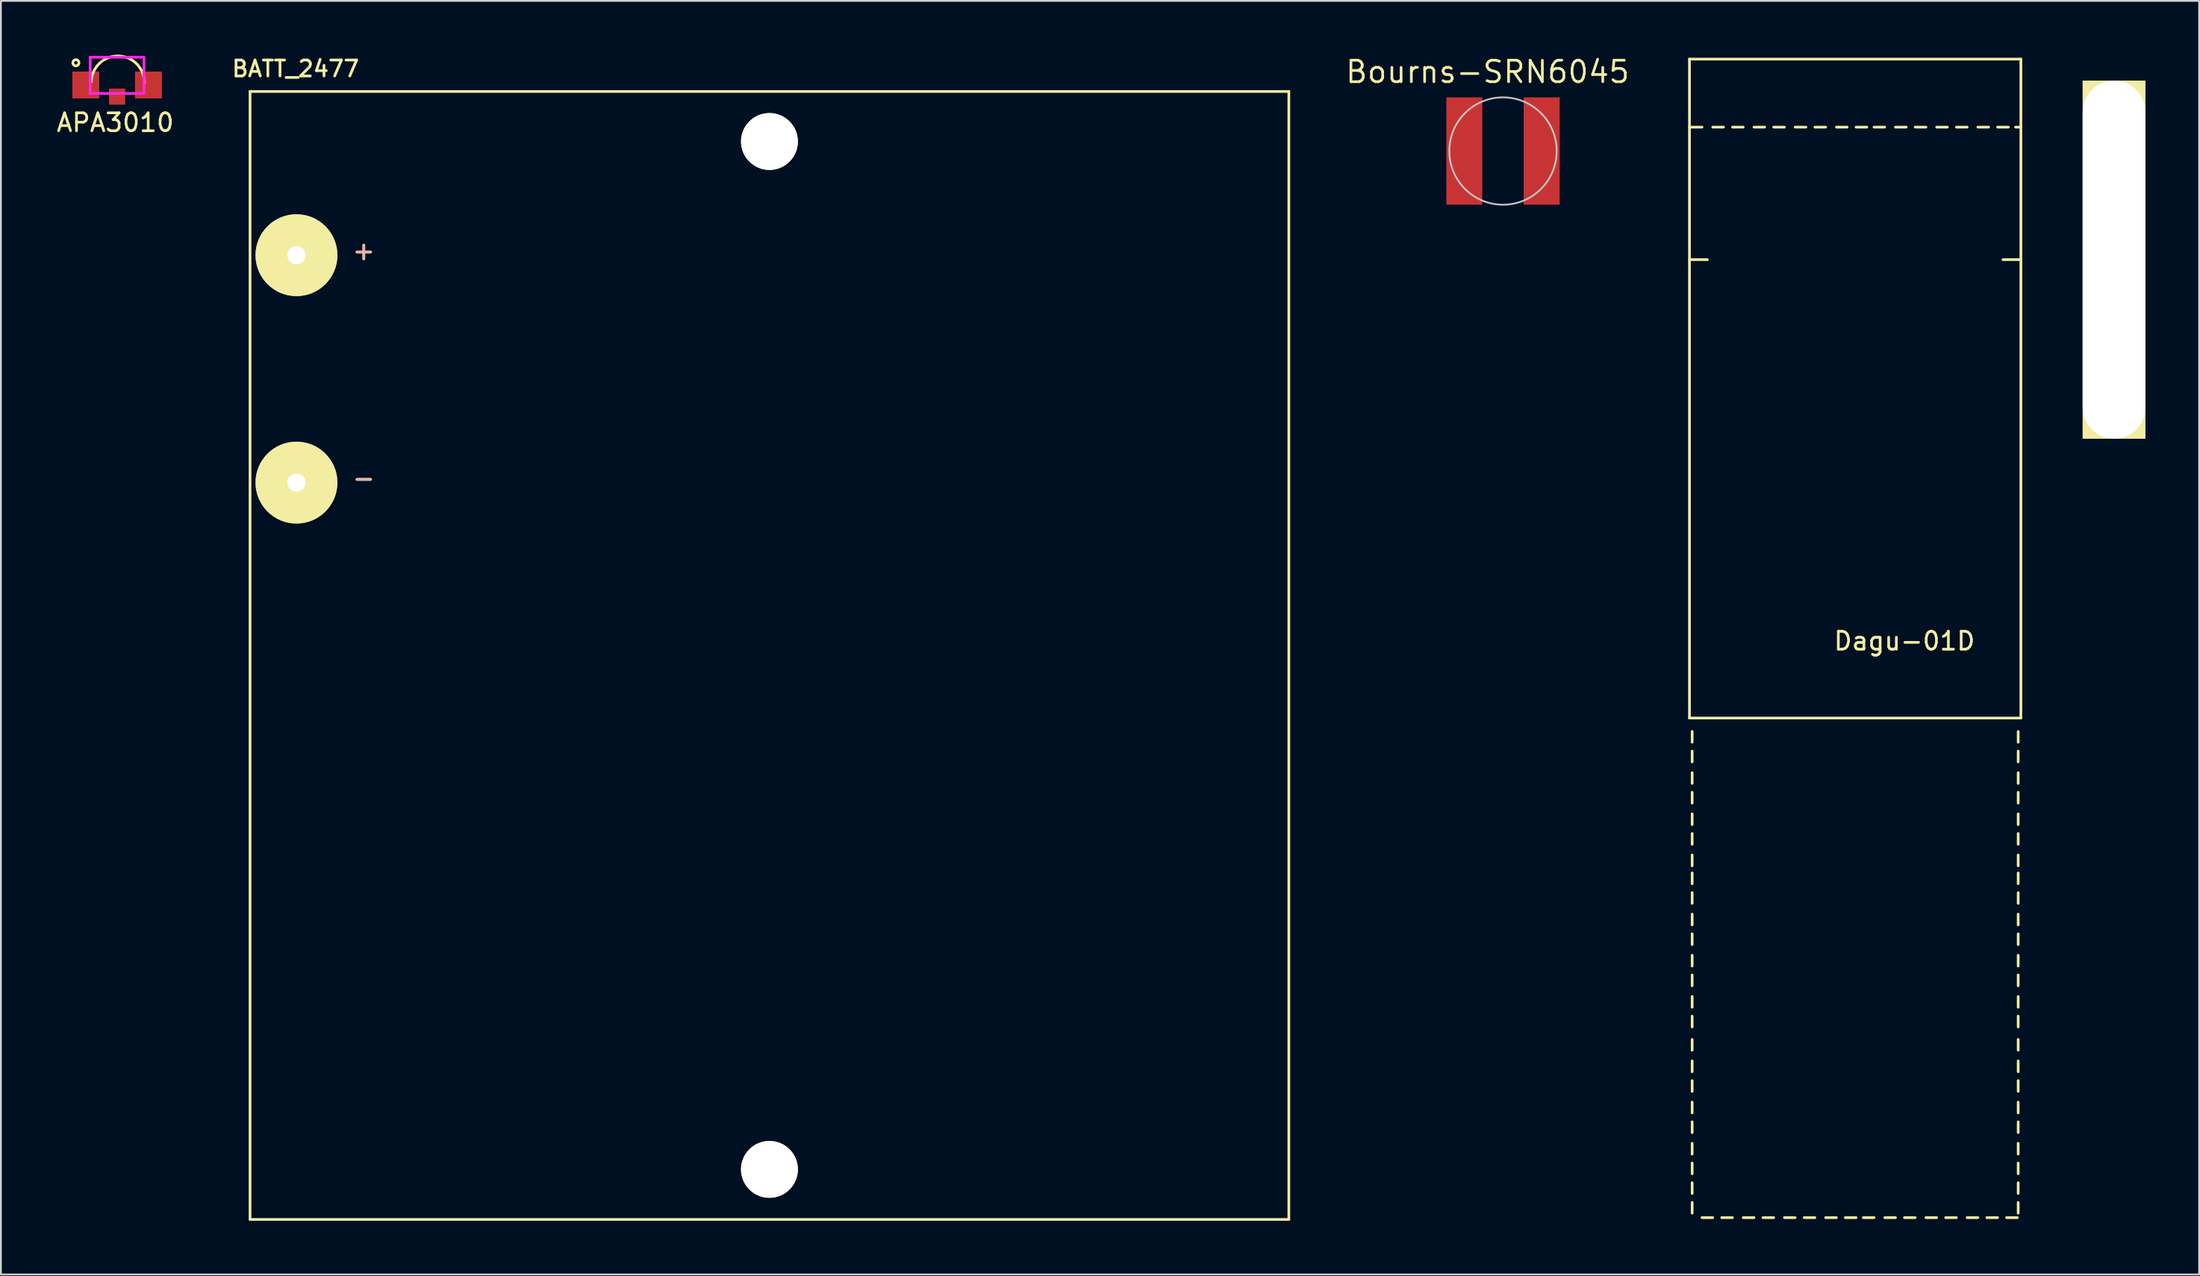
<source format=kicad_pcb>
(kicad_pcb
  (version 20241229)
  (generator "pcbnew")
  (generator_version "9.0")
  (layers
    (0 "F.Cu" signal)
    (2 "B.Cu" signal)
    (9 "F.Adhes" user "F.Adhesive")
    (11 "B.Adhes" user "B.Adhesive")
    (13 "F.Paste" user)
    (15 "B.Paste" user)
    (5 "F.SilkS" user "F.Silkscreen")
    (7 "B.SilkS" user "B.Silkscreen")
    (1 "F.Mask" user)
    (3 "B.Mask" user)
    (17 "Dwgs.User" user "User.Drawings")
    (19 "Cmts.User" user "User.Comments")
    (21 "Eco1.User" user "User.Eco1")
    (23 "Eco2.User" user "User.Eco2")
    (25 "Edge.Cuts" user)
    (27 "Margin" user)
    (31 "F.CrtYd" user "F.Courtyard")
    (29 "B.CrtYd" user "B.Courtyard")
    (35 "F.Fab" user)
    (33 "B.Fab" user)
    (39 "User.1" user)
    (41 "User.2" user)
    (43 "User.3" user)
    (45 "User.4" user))
  (footprint "APA3010"
    (layer "F.Cu")
    (at 0.987 0.946)
    (property "Reference" "APA3010" (at 2.4 2.85 0) (layer "F.SilkS") (effects (font (size 1 1) (thickness 0.15))))
    (attr through_hole)
    (fp_arc (start 1.06 0.57) (mid 2.58 -0.87) (end 4.02 0.65) (stroke (width 0.15) (type solid)) (layer "F.SilkS"))
    (fp_circle (center 0.2 -0.49) (end 0.36 -0.43) (stroke (width 0.15) (type solid)) (fill no) (layer "F.SilkS"))
    (fp_line (start 0.99 -0.8) (end 3.99 -0.8) (stroke (width 0.15) (type solid)) (layer "F.CrtYd"))
    (fp_line (start 0.99 1.22) (end 3.99 1.22) (stroke (width 0.15) (type solid)) (layer "F.CrtYd"))
    (fp_line (start 1 -0.77) (end 1 1.23) (stroke (width 0.15) (type solid)) (layer "F.CrtYd"))
    (fp_line (start 4 -0.79) (end 4 1.21) (stroke (width 0.15) (type solid)) (layer "F.CrtYd"))
    (pad "1" smd rect (at 0.75 0.75) (size 1.5 1.5) (layers "F.Cu" "F.Mask" "F.Paste"))
    (pad "2" smd rect (at 4.25 0.75) (size 1.5 1.5) (layers "F.Cu" "F.Mask" "F.Paste"))
    (pad "3" smd rect (at 2.5 1.4) (size 0.9 0.9) (layers "F.Cu" "F.Mask" "F.Paste")))
  (footprint "BATT_2477"
    (layer "F.Cu")
    (at 10.908 2.058)
    (property "Reference" "BATT_2477" (at 2.54 -1.27 0) (layer "F.SilkS") (effects (font (size 0.889 0.889) (thickness 0.152))))
    (attr through_hole)
    (fp_line (start 0 0) (end 0 62.992) (stroke (width 0.15) (type solid)) (layer "F.SilkS"))
    (fp_line (start 0 0) (end 57.988 0) (stroke (width 0.15) (type solid)) (layer "F.SilkS"))
    (fp_line (start 0 62.992) (end 57.988 62.992) (stroke (width 0.15) (type solid)) (layer "F.SilkS"))
    (fp_line (start 57.988 0) (end 57.988 62.992) (stroke (width 0.15) (type solid)) (layer "F.SilkS"))
    (fp_text user "-" (at 6.35 21.59 0) (layer "F.SilkS") (effects (font (size 1 1) (thickness 0.15))))
    (fp_text user "+" (at 6.35 8.89 0) (layer "F.SilkS") (effects (font (size 1 1) (thickness 0.15))))
    (fp_text user "+" (at 6.35 8.89 0) (layer "B.SilkS") (effects (font (size 1 1) (thickness 0.15)) (justify mirror)))
    (fp_text user "-" (at 6.35 21.59 0) (layer "B.SilkS") (effects (font (size 1 1) (thickness 0.15)) (justify mirror)))
    (pad "" np_thru_hole circle (at 28.994 2.794) (size 3.175 3.175) (drill 3.175) (layers "*.Cu" "*.Mask" "F.SilkS"))
    (pad "" np_thru_hole circle (at 28.994 60.198) (size 3.175 3.175) (drill 3.175) (layers "*.Cu" "*.Mask" "F.SilkS"))
    (pad "1" thru_hole circle (at 2.591 9.144) (size 4.572 4.572) (drill 1.016) (layers "*.Cu" "*.Mask" "F.SilkS"))
    (pad "2" thru_hole circle (at 2.591 21.844) (size 4.572 4.572) (drill 1.016) (layers "*.Cu" "*.Mask" "F.SilkS")))
  (footprint "Bourns-SRN6045"
    (layer "F.Cu")
    (at 80.851 5.385)
    (property "Reference" "Bourns-SRN6045" (at -0.86 -4.42 0) (layer "F.SilkS") (effects (font (size 1.2 1.2) (thickness 0.15))))
    (attr smd)
    (fp_circle (center 0 0) (end 2.997 0) (stroke (width 0.1) (type solid)) (fill no) (layer "Dwgs.User"))
    (pad "1" smd rect (at -2.159 0) (size 2.007 5.994) (layers "F.Cu" "F.Mask" "F.Paste"))
    (pad "2" smd rect (at 2.159 0) (size 2.007 5.994) (layers "F.Cu" "F.Mask" "F.Paste")))
  (footprint "Dagu-01D"
    (layer "F.Cu")
    (at 91.26 0.25)
    (property "Reference" "Dagu-01D" (at 12 32.5 0) (layer "F.SilkS") (effects (font (size 1 1) (thickness 0.15))))
    (attr through_hole)
    (fp_line (start 0 0) (end 0 36.8) (stroke (width 0.15) (type solid)) (layer "F.SilkS"))
    (fp_line (start 0 3.8) (end 0.7 3.8) (stroke (width 0.15) (type solid)) (layer "F.SilkS"))
    (fp_line (start 0 11.2) (end 1 11.2) (stroke (width 0.15) (type solid)) (layer "F.SilkS"))
    (fp_line (start 0 36.8) (end 18.5 36.8) (stroke (width 0.15) (type solid)) (layer "F.SilkS"))
    (fp_line (start 0.15 38.15) (end 0.15 37.55) (stroke (width 0.15) (type solid)) (layer "F.SilkS"))
    (fp_line (start 0.15 39.25) (end 0.15 38.65) (stroke (width 0.15) (type solid)) (layer "F.SilkS"))
    (fp_line (start 0.15 40.45) (end 0.15 39.85) (stroke (width 0.15) (type solid)) (layer "F.SilkS"))
    (fp_line (start 0.15 41.55) (end 0.15 40.95) (stroke (width 0.15) (type solid)) (layer "F.SilkS"))
    (fp_line (start 0.15 42.75) (end 0.15 42.15) (stroke (width 0.15) (type solid)) (layer "F.SilkS"))
    (fp_line (start 0.15 43.85) (end 0.15 43.25) (stroke (width 0.15) (type solid)) (layer "F.SilkS"))
    (fp_line (start 0.15 45.05) (end 0.15 44.45) (stroke (width 0.15) (type solid)) (layer "F.SilkS"))
    (fp_line (start 0.15 46.05) (end 0.15 45.45) (stroke (width 0.15) (type solid)) (layer "F.SilkS"))
    (fp_line (start 0.15 47.15) (end 0.15 46.55) (stroke (width 0.15) (type solid)) (layer "F.SilkS"))
    (fp_line (start 0.15 48.35) (end 0.15 47.75) (stroke (width 0.15) (type solid)) (layer "F.SilkS"))
    (fp_line (start 0.15 49.45) (end 0.15 48.85) (stroke (width 0.15) (type solid)) (layer "F.SilkS"))
    (fp_line (start 0.15 50.65) (end 0.15 50.05) (stroke (width 0.15) (type solid)) (layer "F.SilkS"))
    (fp_line (start 0.15 51.75) (end 0.15 51.15) (stroke (width 0.15) (type solid)) (layer "F.SilkS"))
    (fp_line (start 0.15 52.95) (end 0.15 52.35) (stroke (width 0.15) (type solid)) (layer "F.SilkS"))
    (fp_line (start 0.15 54.05) (end 0.15 53.45) (stroke (width 0.15) (type solid)) (layer "F.SilkS"))
    (fp_line (start 0.15 55.35) (end 0.15 54.75) (stroke (width 0.15) (type solid)) (layer "F.SilkS"))
    (fp_line (start 0.15 56.55) (end 0.15 55.95) (stroke (width 0.15) (type solid)) (layer "F.SilkS"))
    (fp_line (start 0.15 57.65) (end 0.15 57.05) (stroke (width 0.15) (type solid)) (layer "F.SilkS"))
    (fp_line (start 0.15 58.85) (end 0.15 58.25) (stroke (width 0.15) (type solid)) (layer "F.SilkS"))
    (fp_line (start 0.15 59.95) (end 0.15 59.35) (stroke (width 0.15) (type solid)) (layer "F.SilkS"))
    (fp_line (start 0.15 61.15) (end 0.15 60.55) (stroke (width 0.15) (type solid)) (layer "F.SilkS"))
    (fp_line (start 0.15 62.25) (end 0.15 61.65) (stroke (width 0.15) (type solid)) (layer "F.SilkS"))
    (fp_line (start 0.15 63.35) (end 0.15 62.75) (stroke (width 0.15) (type solid)) (layer "F.SilkS"))
    (fp_line (start 0.15 64.45) (end 0.15 63.85) (stroke (width 0.15) (type solid)) (layer "F.SilkS"))
    (fp_line (start 0.7 64.7) (end 1.3 64.7) (stroke (width 0.15) (type solid)) (layer "F.SilkS"))
    (fp_line (start 1.3 3.8) (end 1.9 3.8) (stroke (width 0.15) (type solid)) (layer "F.SilkS"))
    (fp_line (start 1.8 64.7) (end 2.4 64.7) (stroke (width 0.15) (type solid)) (layer "F.SilkS"))
    (fp_line (start 2.4 3.8) (end 3 3.8) (stroke (width 0.15) (type solid)) (layer "F.SilkS"))
    (fp_line (start 3 64.7) (end 3.6 64.7) (stroke (width 0.15) (type solid)) (layer "F.SilkS"))
    (fp_line (start 3.6 3.8) (end 4.2 3.8) (stroke (width 0.15) (type solid)) (layer "F.SilkS"))
    (fp_line (start 4.1 64.7) (end 4.7 64.7) (stroke (width 0.15) (type solid)) (layer "F.SilkS"))
    (fp_line (start 4.7 3.8) (end 5.3 3.8) (stroke (width 0.15) (type solid)) (layer "F.SilkS"))
    (fp_line (start 5.3 64.7) (end 5.9 64.7) (stroke (width 0.15) (type solid)) (layer "F.SilkS"))
    (fp_line (start 5.9 3.8) (end 6.5 3.8) (stroke (width 0.15) (type solid)) (layer "F.SilkS"))
    (fp_line (start 6.4 64.7) (end 7 64.7) (stroke (width 0.15) (type solid)) (layer "F.SilkS"))
    (fp_line (start 7 3.8) (end 7.6 3.8) (stroke (width 0.15) (type solid)) (layer "F.SilkS"))
    (fp_line (start 7.6 64.7) (end 8.2 64.7) (stroke (width 0.15) (type solid)) (layer "F.SilkS"))
    (fp_line (start 8.2 3.8) (end 8.8 3.8) (stroke (width 0.15) (type solid)) (layer "F.SilkS"))
    (fp_line (start 8.7 64.7) (end 9.3 64.7) (stroke (width 0.15) (type solid)) (layer "F.SilkS"))
    (fp_line (start 9.3 3.8) (end 9.9 3.8) (stroke (width 0.15) (type solid)) (layer "F.SilkS"))
    (fp_line (start 9.7 64.7) (end 10.3 64.7) (stroke (width 0.15) (type solid)) (layer "F.SilkS"))
    (fp_line (start 10.3 3.8) (end 10.9 3.8) (stroke (width 0.15) (type solid)) (layer "F.SilkS"))
    (fp_line (start 10.9 64.7) (end 11.5 64.7) (stroke (width 0.15) (type solid)) (layer "F.SilkS"))
    (fp_line (start 11.5 3.8) (end 12.1 3.8) (stroke (width 0.15) (type solid)) (layer "F.SilkS"))
    (fp_line (start 12 64.7) (end 12.6 64.7) (stroke (width 0.15) (type solid)) (layer "F.SilkS"))
    (fp_line (start 12.6 3.8) (end 13.2 3.8) (stroke (width 0.15) (type solid)) (layer "F.SilkS"))
    (fp_line (start 13.2 64.7) (end 13.8 64.7) (stroke (width 0.15) (type solid)) (layer "F.SilkS"))
    (fp_line (start 13.8 3.8) (end 14.4 3.8) (stroke (width 0.15) (type solid)) (layer "F.SilkS"))
    (fp_line (start 14.3 64.7) (end 14.9 64.7) (stroke (width 0.15) (type solid)) (layer "F.SilkS"))
    (fp_line (start 14.9 3.8) (end 15.5 3.8) (stroke (width 0.15) (type solid)) (layer "F.SilkS"))
    (fp_line (start 15.5 64.7) (end 16.1 64.7) (stroke (width 0.15) (type solid)) (layer "F.SilkS"))
    (fp_line (start 16.1 3.8) (end 16.7 3.8) (stroke (width 0.15) (type solid)) (layer "F.SilkS"))
    (fp_line (start 16.6 64.7) (end 17.2 64.7) (stroke (width 0.15) (type solid)) (layer "F.SilkS"))
    (fp_line (start 17.2 3.8) (end 17.8 3.8) (stroke (width 0.15) (type solid)) (layer "F.SilkS"))
    (fp_line (start 17.7 64.7) (end 18.3 64.7) (stroke (width 0.15) (type solid)) (layer "F.SilkS"))
    (fp_line (start 18.2 3.8) (end 18.5 3.8) (stroke (width 0.15) (type solid)) (layer "F.SilkS"))
    (fp_line (start 18.35 38.15) (end 18.35 37.55) (stroke (width 0.15) (type solid)) (layer "F.SilkS"))
    (fp_line (start 18.35 39.25) (end 18.35 38.65) (stroke (width 0.15) (type solid)) (layer "F.SilkS"))
    (fp_line (start 18.35 40.45) (end 18.35 39.85) (stroke (width 0.15) (type solid)) (layer "F.SilkS"))
    (fp_line (start 18.35 41.55) (end 18.35 40.95) (stroke (width 0.15) (type solid)) (layer "F.SilkS"))
    (fp_line (start 18.35 42.75) (end 18.35 42.15) (stroke (width 0.15) (type solid)) (layer "F.SilkS"))
    (fp_line (start 18.35 43.85) (end 18.35 43.25) (stroke (width 0.15) (type solid)) (layer "F.SilkS"))
    (fp_line (start 18.35 45.05) (end 18.35 44.45) (stroke (width 0.15) (type solid)) (layer "F.SilkS"))
    (fp_line (start 18.35 46.05) (end 18.35 45.45) (stroke (width 0.15) (type solid)) (layer "F.SilkS"))
    (fp_line (start 18.35 47.15) (end 18.35 46.55) (stroke (width 0.15) (type solid)) (layer "F.SilkS"))
    (fp_line (start 18.35 48.35) (end 18.35 47.75) (stroke (width 0.15) (type solid)) (layer "F.SilkS"))
    (fp_line (start 18.35 49.45) (end 18.35 48.85) (stroke (width 0.15) (type solid)) (layer "F.SilkS"))
    (fp_line (start 18.35 50.65) (end 18.35 50.05) (stroke (width 0.15) (type solid)) (layer "F.SilkS"))
    (fp_line (start 18.35 51.75) (end 18.35 51.15) (stroke (width 0.15) (type solid)) (layer "F.SilkS"))
    (fp_line (start 18.35 52.95) (end 18.35 52.35) (stroke (width 0.15) (type solid)) (layer "F.SilkS"))
    (fp_line (start 18.35 54.05) (end 18.35 53.45) (stroke (width 0.15) (type solid)) (layer "F.SilkS"))
    (fp_line (start 18.35 55.35) (end 18.35 54.75) (stroke (width 0.15) (type solid)) (layer "F.SilkS"))
    (fp_line (start 18.35 56.55) (end 18.35 55.95) (stroke (width 0.15) (type solid)) (layer "F.SilkS"))
    (fp_line (start 18.35 57.65) (end 18.35 57.05) (stroke (width 0.15) (type solid)) (layer "F.SilkS"))
    (fp_line (start 18.35 58.85) (end 18.35 58.25) (stroke (width 0.15) (type solid)) (layer "F.SilkS"))
    (fp_line (start 18.35 59.95) (end 18.35 59.35) (stroke (width 0.15) (type solid)) (layer "F.SilkS"))
    (fp_line (start 18.35 61.15) (end 18.35 60.55) (stroke (width 0.15) (type solid)) (layer "F.SilkS"))
    (fp_line (start 18.35 62.25) (end 18.35 61.65) (stroke (width 0.15) (type solid)) (layer "F.SilkS"))
    (fp_line (start 18.35 63.35) (end 18.35 62.75) (stroke (width 0.15) (type solid)) (layer "F.SilkS"))
    (fp_line (start 18.35 64.45) (end 18.35 63.85) (stroke (width 0.15) (type solid)) (layer "F.SilkS"))
    (fp_line (start 18.5 0) (end 0 0) (stroke (width 0.15) (type solid)) (layer "F.SilkS"))
    (fp_line (start 18.5 11.2) (end 17.5 11.2) (stroke (width 0.15) (type solid)) (layer "F.SilkS"))
    (fp_line (start 18.5 36.8) (end 18.5 0) (stroke (width 0.15) (type solid)) (layer "F.SilkS"))
    (pad "" np_thru_hole rect (at 23.7 11.2) (size 3.5 20) (drill oval 3.5 20) (layers "*.Cu" "*.Mask" "F.SilkS")))
  (gr_rect
    (start -3 -3)
    (end 119.71 68.125)
    (stroke (width 0.1) (type default))
    (fill no)
    (layer "Edge.Cuts")))
</source>
